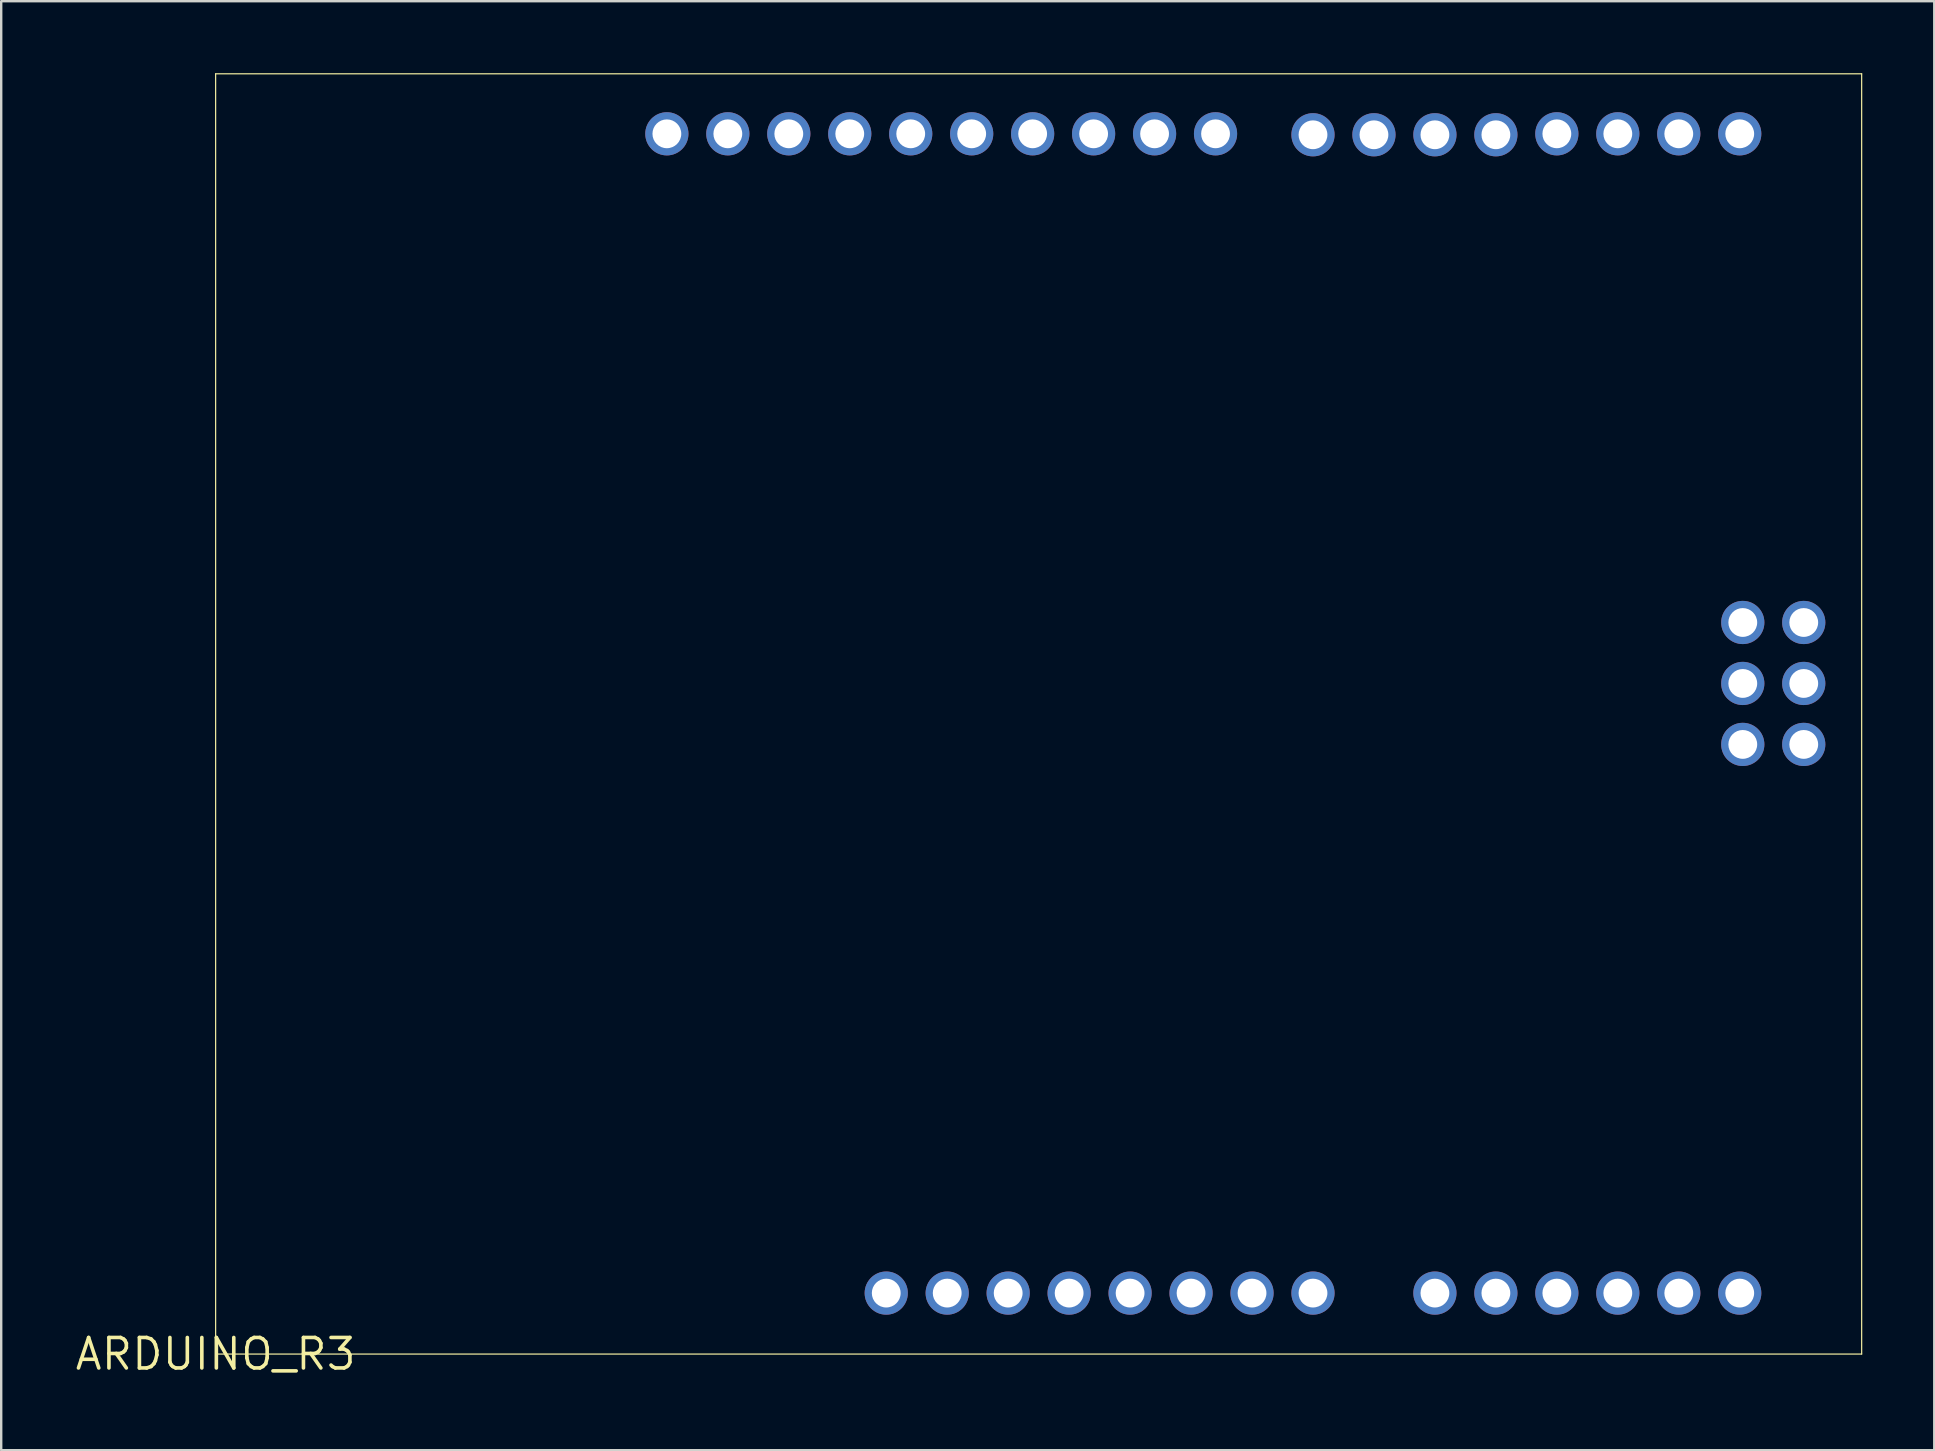
<source format=kicad_pcb>
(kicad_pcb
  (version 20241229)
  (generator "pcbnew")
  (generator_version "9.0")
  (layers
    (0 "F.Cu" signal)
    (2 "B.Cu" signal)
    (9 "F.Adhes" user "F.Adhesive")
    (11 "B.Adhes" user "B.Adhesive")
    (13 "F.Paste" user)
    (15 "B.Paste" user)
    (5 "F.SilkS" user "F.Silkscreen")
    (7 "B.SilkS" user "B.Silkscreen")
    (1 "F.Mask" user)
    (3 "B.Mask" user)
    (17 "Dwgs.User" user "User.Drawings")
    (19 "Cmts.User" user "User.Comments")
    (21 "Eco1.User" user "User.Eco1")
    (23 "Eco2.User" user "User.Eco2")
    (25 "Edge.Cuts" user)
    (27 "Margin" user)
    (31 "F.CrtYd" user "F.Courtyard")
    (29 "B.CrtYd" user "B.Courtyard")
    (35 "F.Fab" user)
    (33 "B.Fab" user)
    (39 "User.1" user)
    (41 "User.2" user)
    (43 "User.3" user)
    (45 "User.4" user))
  (footprint "ARDUINO_R3"
    (layer "F.Cu")
    (at 5.934 53.365)
    (property "Reference" "ARDUINO_R3" (at 0 0 0) (layer "F.SilkS") (effects (font (size 1.27 1.27) (thickness 0.15))))
    (fp_line (start 0 -53.34) (end 68.58 -53.34) (stroke (width 0.05) (type solid)) (layer "F.SilkS"))
    (fp_line (start 0 0) (end 0 -53.34) (stroke (width 0.05) (type solid)) (layer "F.SilkS"))
    (fp_line (start 68.58 -53.34) (end 68.58 0) (stroke (width 0.05) (type solid)) (layer "F.SilkS"))
    (fp_line (start 68.58 0) (end 0 0) (stroke (width 0.05) (type solid)) (layer "F.SilkS"))
    (pad "P1" thru_hole circle (at 18.8 -50.84) (size 1.8 1.8) (drill 1.2) (layers "*.Cu" "*.Mask"))
    (pad "P2" thru_hole circle (at 21.34 -50.84) (size 1.8 1.8) (drill 1.2) (layers "*.Cu" "*.Mask"))
    (pad "P3" thru_hole circle (at 23.88 -50.84) (size 1.8 1.8) (drill 1.2) (layers "*.Cu" "*.Mask"))
    (pad "P4" thru_hole circle (at 26.42 -50.84) (size 1.8 1.8) (drill 1.2) (layers "*.Cu" "*.Mask"))
    (pad "P5" thru_hole circle (at 28.96 -50.84) (size 1.8 1.8) (drill 1.2) (layers "*.Cu" "*.Mask"))
    (pad "P6" thru_hole circle (at 31.5 -50.84) (size 1.8 1.8) (drill 1.2) (layers "*.Cu" "*.Mask"))
    (pad "P7" thru_hole circle (at 34.04 -50.84) (size 1.8 1.8) (drill 1.2) (layers "*.Cu" "*.Mask"))
    (pad "P8" thru_hole circle (at 36.58 -50.84) (size 1.8 1.8) (drill 1.2) (layers "*.Cu" "*.Mask"))
    (pad "P9" thru_hole circle (at 39.12 -50.84) (size 1.8 1.8) (drill 1.2) (layers "*.Cu" "*.Mask"))
    (pad "P10" thru_hole circle (at 41.66 -50.84) (size 1.8 1.8) (drill 1.2) (layers "*.Cu" "*.Mask"))
    (pad "P11" thru_hole circle (at 45.72 -50.8) (size 1.8 1.8) (drill 1.2) (layers "*.Cu" "*.Mask"))
    (pad "P12" thru_hole circle (at 48.26 -50.8) (size 1.8 1.8) (drill 1.2) (layers "*.Cu" "*.Mask"))
    (pad "P13" thru_hole circle (at 50.8 -50.8) (size 1.8 1.8) (drill 1.2) (layers "*.Cu" "*.Mask"))
    (pad "P14" thru_hole circle (at 53.34 -50.8) (size 1.8 1.8) (drill 1.2) (layers "*.Cu" "*.Mask"))
    (pad "P15" thru_hole circle (at 55.88 -50.84) (size 1.8 1.8) (drill 1.2) (layers "*.Cu" "*.Mask"))
    (pad "P16" thru_hole circle (at 58.42 -50.84) (size 1.8 1.8) (drill 1.2) (layers "*.Cu" "*.Mask"))
    (pad "P17" thru_hole circle (at 60.96 -50.84) (size 1.8 1.8) (drill 1.2) (layers "*.Cu" "*.Mask"))
    (pad "P18" thru_hole circle (at 63.5 -50.84) (size 1.8 1.8) (drill 1.2) (layers "*.Cu" "*.Mask"))
    (pad "P19" thru_hole circle (at 63.627 -30.48) (size 1.8 1.8) (drill 1.2) (layers "*.Cu" "*.Mask"))
    (pad "P20" thru_hole circle (at 66.167 -30.48) (size 1.8 1.8) (drill 1.2) (layers "*.Cu" "*.Mask"))
    (pad "P21" thru_hole circle (at 63.627 -27.94) (size 1.8 1.8) (drill 1.2) (layers "*.Cu" "*.Mask"))
    (pad "P22" thru_hole circle (at 66.167 -27.94) (size 1.8 1.8) (drill 1.2) (layers "*.Cu" "*.Mask"))
    (pad "P23" thru_hole circle (at 63.627 -25.4) (size 1.8 1.8) (drill 1.2) (layers "*.Cu" "*.Mask"))
    (pad "P24" thru_hole circle (at 66.167 -25.4) (size 1.8 1.8) (drill 1.2) (layers "*.Cu" "*.Mask"))
    (pad "P25" thru_hole circle (at 50.8 -2.54) (size 1.8 1.8) (drill 1.2) (layers "*.Cu" "*.Mask"))
    (pad "P26" thru_hole circle (at 53.34 -2.54) (size 1.8 1.8) (drill 1.2) (layers "*.Cu" "*.Mask"))
    (pad "P27" thru_hole circle (at 55.88 -2.54) (size 1.8 1.8) (drill 1.2) (layers "*.Cu" "*.Mask"))
    (pad "P28" thru_hole circle (at 58.42 -2.54) (size 1.8 1.8) (drill 1.2) (layers "*.Cu" "*.Mask"))
    (pad "P29" thru_hole circle (at 60.96 -2.54) (size 1.8 1.8) (drill 1.2) (layers "*.Cu" "*.Mask"))
    (pad "P30" thru_hole circle (at 63.5 -2.54) (size 1.8 1.8) (drill 1.2) (layers "*.Cu" "*.Mask"))
    (pad "P31" thru_hole circle (at 27.94 -2.54) (size 1.8 1.8) (drill 1.2) (layers "*.Cu" "*.Mask"))
    (pad "P32" thru_hole circle (at 30.48 -2.54) (size 1.8 1.8) (drill 1.2) (layers "*.Cu" "*.Mask"))
    (pad "P33" thru_hole circle (at 33.02 -2.54) (size 1.8 1.8) (drill 1.2) (layers "*.Cu" "*.Mask"))
    (pad "P34" thru_hole circle (at 35.56 -2.54) (size 1.8 1.8) (drill 1.2) (layers "*.Cu" "*.Mask"))
    (pad "P35" thru_hole circle (at 38.1 -2.54) (size 1.8 1.8) (drill 1.2) (layers "*.Cu" "*.Mask"))
    (pad "P36" thru_hole circle (at 40.64 -2.54) (size 1.8 1.8) (drill 1.2) (layers "*.Cu" "*.Mask"))
    (pad "P37" thru_hole circle (at 43.18 -2.54) (size 1.8 1.8) (drill 1.2) (layers "*.Cu" "*.Mask"))
    (pad "P38" thru_hole circle (at 45.72 -2.54) (size 1.8 1.8) (drill 1.2) (layers "*.Cu" "*.Mask")))
  (gr_rect
    (start -3 -3)
    (end 77.539 57.371)
    (stroke (width 0.1) (type default))
    (fill no)
    (layer "Edge.Cuts")))
</source>
